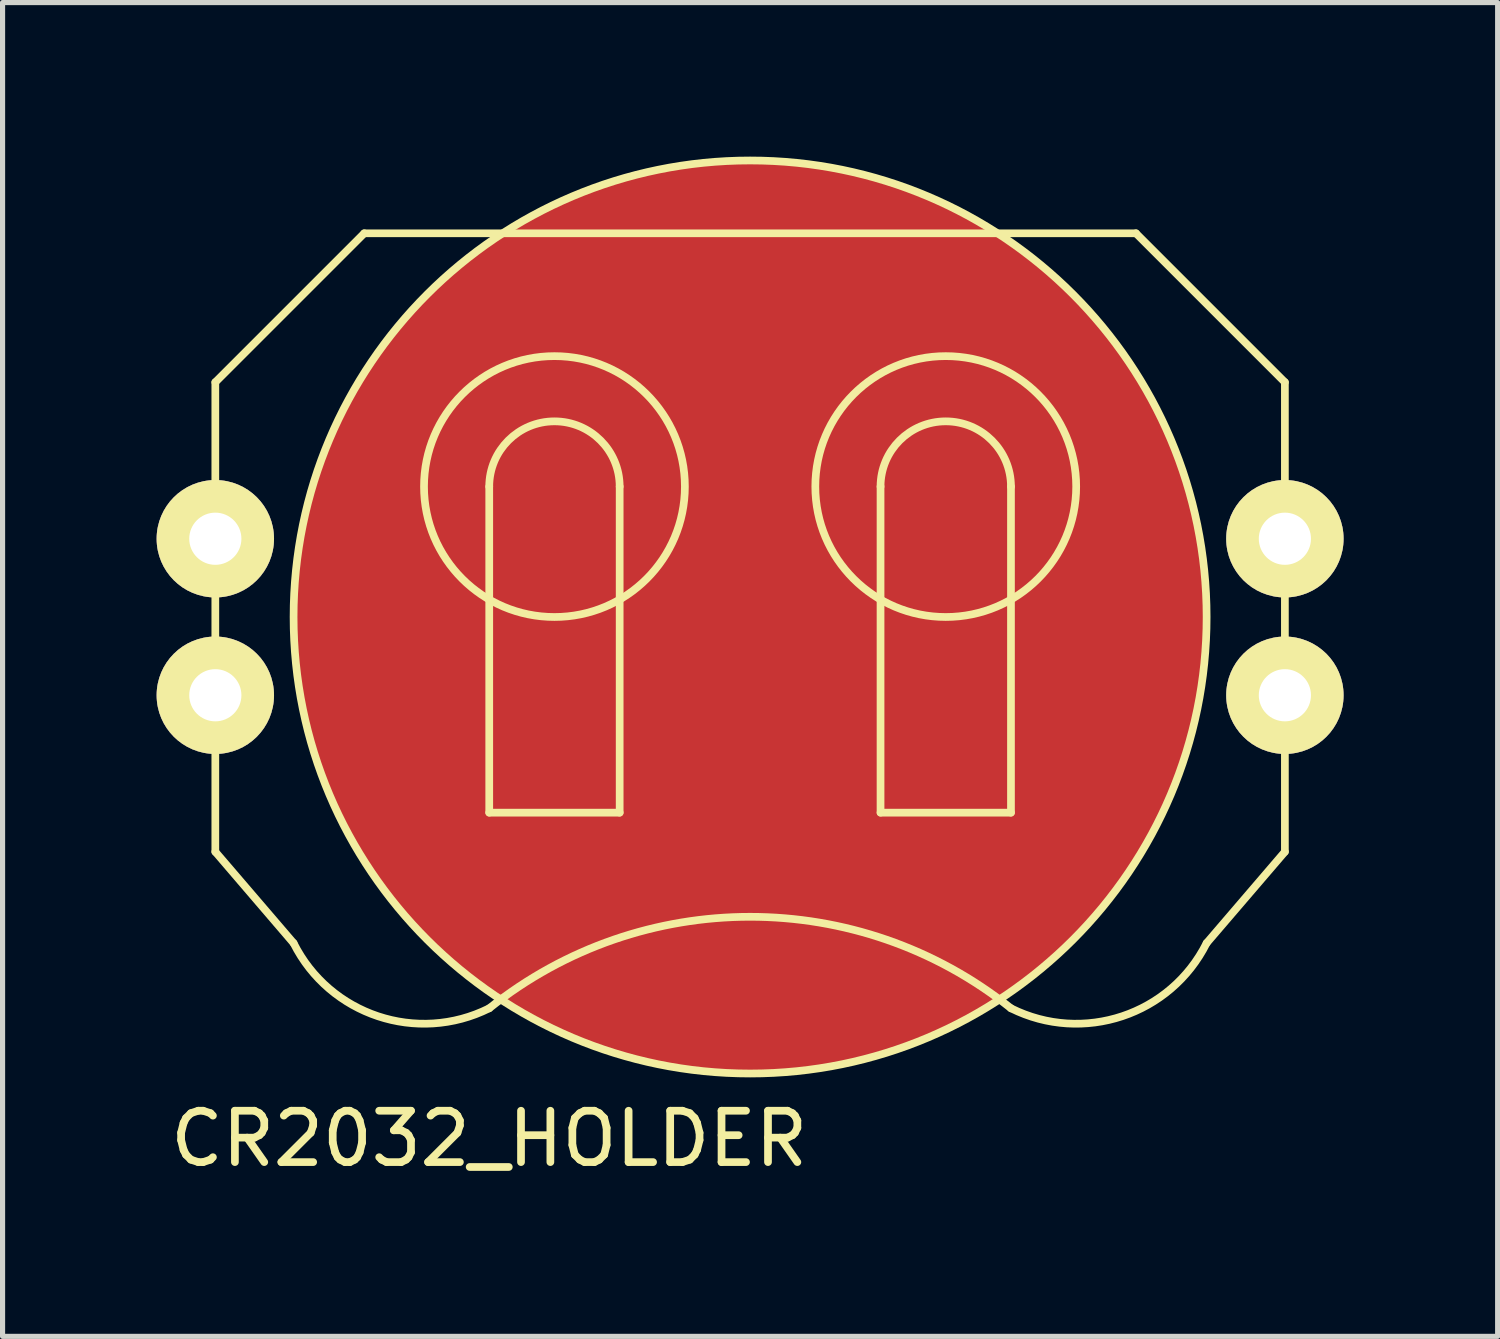
<source format=kicad_pcb>
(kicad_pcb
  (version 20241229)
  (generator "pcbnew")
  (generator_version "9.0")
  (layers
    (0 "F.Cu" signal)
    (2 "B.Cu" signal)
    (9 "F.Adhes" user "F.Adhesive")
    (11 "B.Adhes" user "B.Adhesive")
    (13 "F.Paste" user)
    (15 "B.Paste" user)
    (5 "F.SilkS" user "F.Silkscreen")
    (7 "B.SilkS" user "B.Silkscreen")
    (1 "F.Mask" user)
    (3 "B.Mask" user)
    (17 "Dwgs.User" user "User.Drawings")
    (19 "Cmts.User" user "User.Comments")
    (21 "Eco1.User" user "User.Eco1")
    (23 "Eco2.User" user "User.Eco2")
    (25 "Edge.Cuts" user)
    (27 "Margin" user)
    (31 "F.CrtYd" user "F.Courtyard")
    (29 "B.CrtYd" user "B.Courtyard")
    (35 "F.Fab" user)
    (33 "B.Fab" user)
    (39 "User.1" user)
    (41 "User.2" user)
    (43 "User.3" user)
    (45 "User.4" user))
  (footprint "CR2032_HOLDER"
    (layer "F.Cu")
    (at 11.557 8.965)
    (property "Reference" "CR2032_HOLDER" (at -5.08 10.16 0) (layer "F.SilkS") (effects (font (size 1 1) (thickness 0.15))))
    (attr through_hole)
    (fp_line (start -10.414 -4.572) (end -10.414 4.572) (stroke (width 0.15) (type solid)) (layer "F.SilkS"))
    (fp_line (start -10.414 4.572) (end -8.89 6.35) (stroke (width 0.15) (type solid)) (layer "F.SilkS"))
    (fp_line (start -7.514 -7.472) (end -10.414 -4.572) (stroke (width 0.15) (type solid)) (layer "F.SilkS"))
    (fp_line (start -5.08 -2.54) (end -5.08 3.81) (stroke (width 0.15) (type solid)) (layer "F.SilkS"))
    (fp_line (start -5.08 3.81) (end -2.54 3.81) (stroke (width 0.15) (type solid)) (layer "F.SilkS"))
    (fp_line (start -2.54 3.81) (end -2.54 -2.54) (stroke (width 0.15) (type solid)) (layer "F.SilkS"))
    (fp_line (start 2.54 -2.54) (end 2.54 3.81) (stroke (width 0.15) (type solid)) (layer "F.SilkS"))
    (fp_line (start 2.54 3.81) (end 5.08 3.81) (stroke (width 0.15) (type solid)) (layer "F.SilkS"))
    (fp_line (start 5.08 3.81) (end 5.08 -2.54) (stroke (width 0.15) (type solid)) (layer "F.SilkS"))
    (fp_line (start 7.514 -7.472) (end -7.514 -7.472) (stroke (width 0.15) (type solid)) (layer "F.SilkS"))
    (fp_line (start 10.414 -4.572) (end 7.514 -7.472) (stroke (width 0.15) (type solid)) (layer "F.SilkS"))
    (fp_line (start 10.414 -4.572) (end 10.414 4.572) (stroke (width 0.15) (type solid)) (layer "F.SilkS"))
    (fp_line (start 10.414 4.572) (end 8.89 6.35) (stroke (width 0.15) (type solid)) (layer "F.SilkS"))
    (fp_arc (start -5.08 -2.54) (mid -3.81 -3.81) (end -2.54 -2.54) (stroke (width 0.15) (type solid)) (layer "F.SilkS"))
    (fp_arc (start -5.08 7.62) (mid -7.248026 7.774077) (end -8.89 6.35) (stroke (width 0.15) (type solid)) (layer "F.SilkS"))
    (fp_arc (start -5.08 7.62) (mid 0 5.838032) (end 5.08 7.62) (stroke (width 0.15) (type solid)) (layer "F.SilkS"))
    (fp_arc (start 2.54 -2.54) (mid 3.81 -3.81) (end 5.08 -2.54) (stroke (width 0.15) (type solid)) (layer "F.SilkS"))
    (fp_arc (start 8.89 6.35) (mid 7.248026 7.774077) (end 5.08 7.62) (stroke (width 0.15) (type solid)) (layer "F.SilkS"))
    (fp_circle (center -3.81 -2.54) (end -1.27 -2.54) (stroke (width 0.15) (type solid)) (fill no) (layer "F.SilkS"))
    (fp_circle (center 0 0) (end 8.89 0) (stroke (width 0.15) (type solid)) (fill no) (layer "F.SilkS"))
    (fp_circle (center 3.81 -2.54) (end 1.27 -2.54) (stroke (width 0.15) (type solid)) (fill no) (layer "F.SilkS"))
    (pad "1" thru_hole circle (at -10.414 -1.524) (size 2.286 2.286) (drill 1.016) (layers "*.Cu" "*.Mask" "F.SilkS"))
    (pad "1" thru_hole circle (at -10.414 1.524) (size 2.286 2.286) (drill 1.016) (layers "*.Cu" "*.Mask" "F.SilkS"))
    (pad "1" thru_hole circle (at 10.414 -1.524) (size 2.286 2.286) (drill 1.016) (layers "*.Cu" "*.Mask" "F.SilkS"))
    (pad "1" thru_hole circle (at 10.414 1.524) (size 2.286 2.286) (drill 1.016) (layers "*.Cu" "*.Mask" "F.SilkS"))
    (pad "2" connect circle (at 0 0) (size 17.78 17.78) (layers "F.Cu" "F.Mask")))
  (gr_rect
    (start -3 -3)
    (end 26.114 22.973)
    (stroke (width 0.1) (type default))
    (fill no)
    (layer "Edge.Cuts")))
</source>
